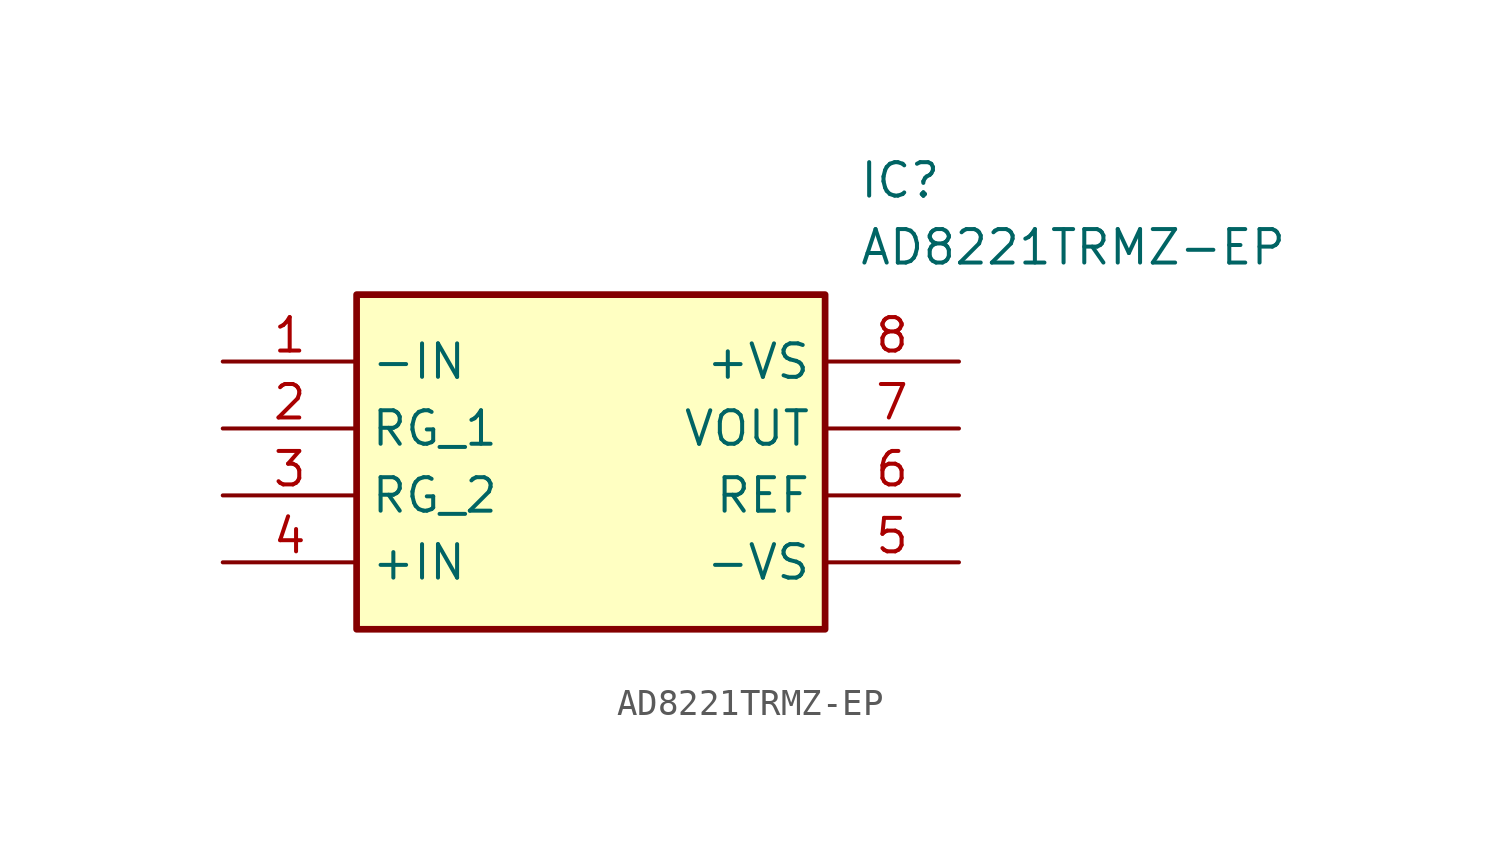
<source format=kicad_sym>
(kicad_symbol_lib
  (version 20211014)
  (generator SamacSys_ECAD_Model)
  (symbol "AD8221TRMZ-EP"
    (property "Reference" "IC"
      (at 24.13 7.62 0)
      (effects (font (size 1.27 1.27)) (justify left top)))
    (property "Value" "AD8221TRMZ-EP"
      (at 24.13 5.08 0)
      (effects (font (size 1.27 1.27)) (justify left top)))
    (rectangle
      (start 5.08 2.54)
      (end 22.86 -10.16)
      (stroke (width 0.254) (type default))
      (fill (type background)))
    (pin passive line
      (at 0 0 0)
      (length 5.08)
      (name "-IN" (effects (font (size 1.27 1.27))))
      (number "1" (effects (font (size 1.27 1.27)))))
    (pin passive line
      (at 0 -2.54 0)
      (length 5.08)
      (name "RG_1" (effects (font (size 1.27 1.27))))
      (number "2" (effects (font (size 1.27 1.27)))))
    (pin passive line
      (at 0 -5.08 0)
      (length 5.08)
      (name "RG_2" (effects (font (size 1.27 1.27))))
      (number "3" (effects (font (size 1.27 1.27)))))
    (pin passive line
      (at 0 -7.62 0)
      (length 5.08)
      (name "+IN" (effects (font (size 1.27 1.27))))
      (number "4" (effects (font (size 1.27 1.27)))))
    (pin passive line
      (at 27.94 0 180)
      (length 5.08)
      (name "+VS" (effects (font (size 1.27 1.27))))
      (number "8" (effects (font (size 1.27 1.27)))))
    (pin passive line
      (at 27.94 -2.54 180)
      (length 5.08)
      (name "VOUT" (effects (font (size 1.27 1.27))))
      (number "7" (effects (font (size 1.27 1.27)))))
    (pin passive line
      (at 27.94 -5.08 180)
      (length 5.08)
      (name "REF" (effects (font (size 1.27 1.27))))
      (number "6" (effects (font (size 1.27 1.27)))))
    (pin passive line
      (at 27.94 -7.62 180)
      (length 5.08)
      (name "-VS" (effects (font (size 1.27 1.27))))
      (number "5" (effects (font (size 1.27 1.27)))))))
</source>
